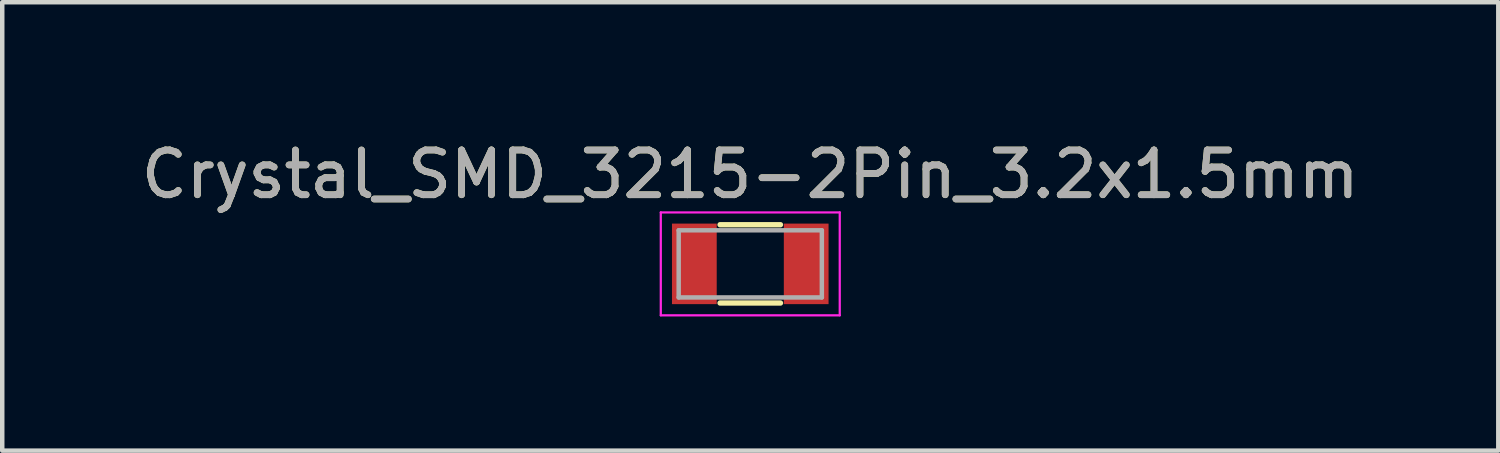
<source format=kicad_pcb>
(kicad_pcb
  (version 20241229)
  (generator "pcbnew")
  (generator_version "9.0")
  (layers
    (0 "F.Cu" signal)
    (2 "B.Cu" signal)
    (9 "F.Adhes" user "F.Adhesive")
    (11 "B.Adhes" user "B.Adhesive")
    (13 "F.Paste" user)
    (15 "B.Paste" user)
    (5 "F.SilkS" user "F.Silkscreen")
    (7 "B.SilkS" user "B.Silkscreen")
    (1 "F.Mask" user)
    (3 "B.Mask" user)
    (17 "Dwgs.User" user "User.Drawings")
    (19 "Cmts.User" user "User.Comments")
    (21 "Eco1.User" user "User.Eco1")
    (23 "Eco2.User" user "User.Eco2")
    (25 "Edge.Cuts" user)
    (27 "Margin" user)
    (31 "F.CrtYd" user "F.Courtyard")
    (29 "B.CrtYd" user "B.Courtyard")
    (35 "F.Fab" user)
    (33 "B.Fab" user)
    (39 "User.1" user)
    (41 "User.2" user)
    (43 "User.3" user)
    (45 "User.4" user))
  (footprint "Crystal_SMD_3215-2Pin_3.2x1.5mm"
    (layer "F.Cu")
    (at 13.72 2.848)
    (property "Reference" "Crystal_SMD_3215-2Pin_3.2x1.5mm" (at 0 -2 0) (layer "F.SilkS") (effects (font (size 1 1) (thickness 0.15))))
    (attr smd)
    (fp_line (start -0.675 -0.875) (end 0.675 -0.875) (stroke (width 0.12) (type solid)) (layer "F.SilkS"))
    (fp_line (start -0.675 0.875) (end 0.675 0.875) (stroke (width 0.12) (type solid)) (layer "F.SilkS"))
    (fp_line (start -2 -1.15) (end -2 1.15) (stroke (width 0.05) (type solid)) (layer "F.CrtYd"))
    (fp_line (start -2 -1.15) (end 2 -1.15) (stroke (width 0.05) (type solid)) (layer "F.CrtYd"))
    (fp_line (start -2 1.15) (end 2 1.15) (stroke (width 0.05) (type solid)) (layer "F.CrtYd"))
    (fp_line (start 2 -1.15) (end 2 1.15) (stroke (width 0.05) (type solid)) (layer "F.CrtYd"))
    (fp_line (start -1.6 -0.75) (end -1.6 0.75) (stroke (width 0.1) (type solid)) (layer "F.Fab"))
    (fp_line (start -1.6 -0.75) (end 1.6 -0.75) (stroke (width 0.1) (type solid)) (layer "F.Fab"))
    (fp_line (start -1.6 0.75) (end 1.6 0.75) (stroke (width 0.1) (type solid)) (layer "F.Fab"))
    (fp_line (start 1.6 -0.75) (end 1.6 0.75) (stroke (width 0.1) (type solid)) (layer "F.Fab"))
    (fp_text user "${REFERENCE}" (at 0 -2 0) (layer "F.Fab") (effects (font (size 1 1) (thickness 0.15))))
    (pad "1" smd rect (at 1.25 0) (size 1 1.8) (layers "F.Cu" "F.Mask" "F.Paste"))
    (pad "2" smd rect (at -1.25 0) (size 1 1.8) (layers "F.Cu" "F.Mask" "F.Paste")))
  (gr_rect
    (start -3 -3)
    (end 30.44 7.023)
    (stroke (width 0.1) (type default))
    (fill no)
    (layer "Edge.Cuts")))
</source>
